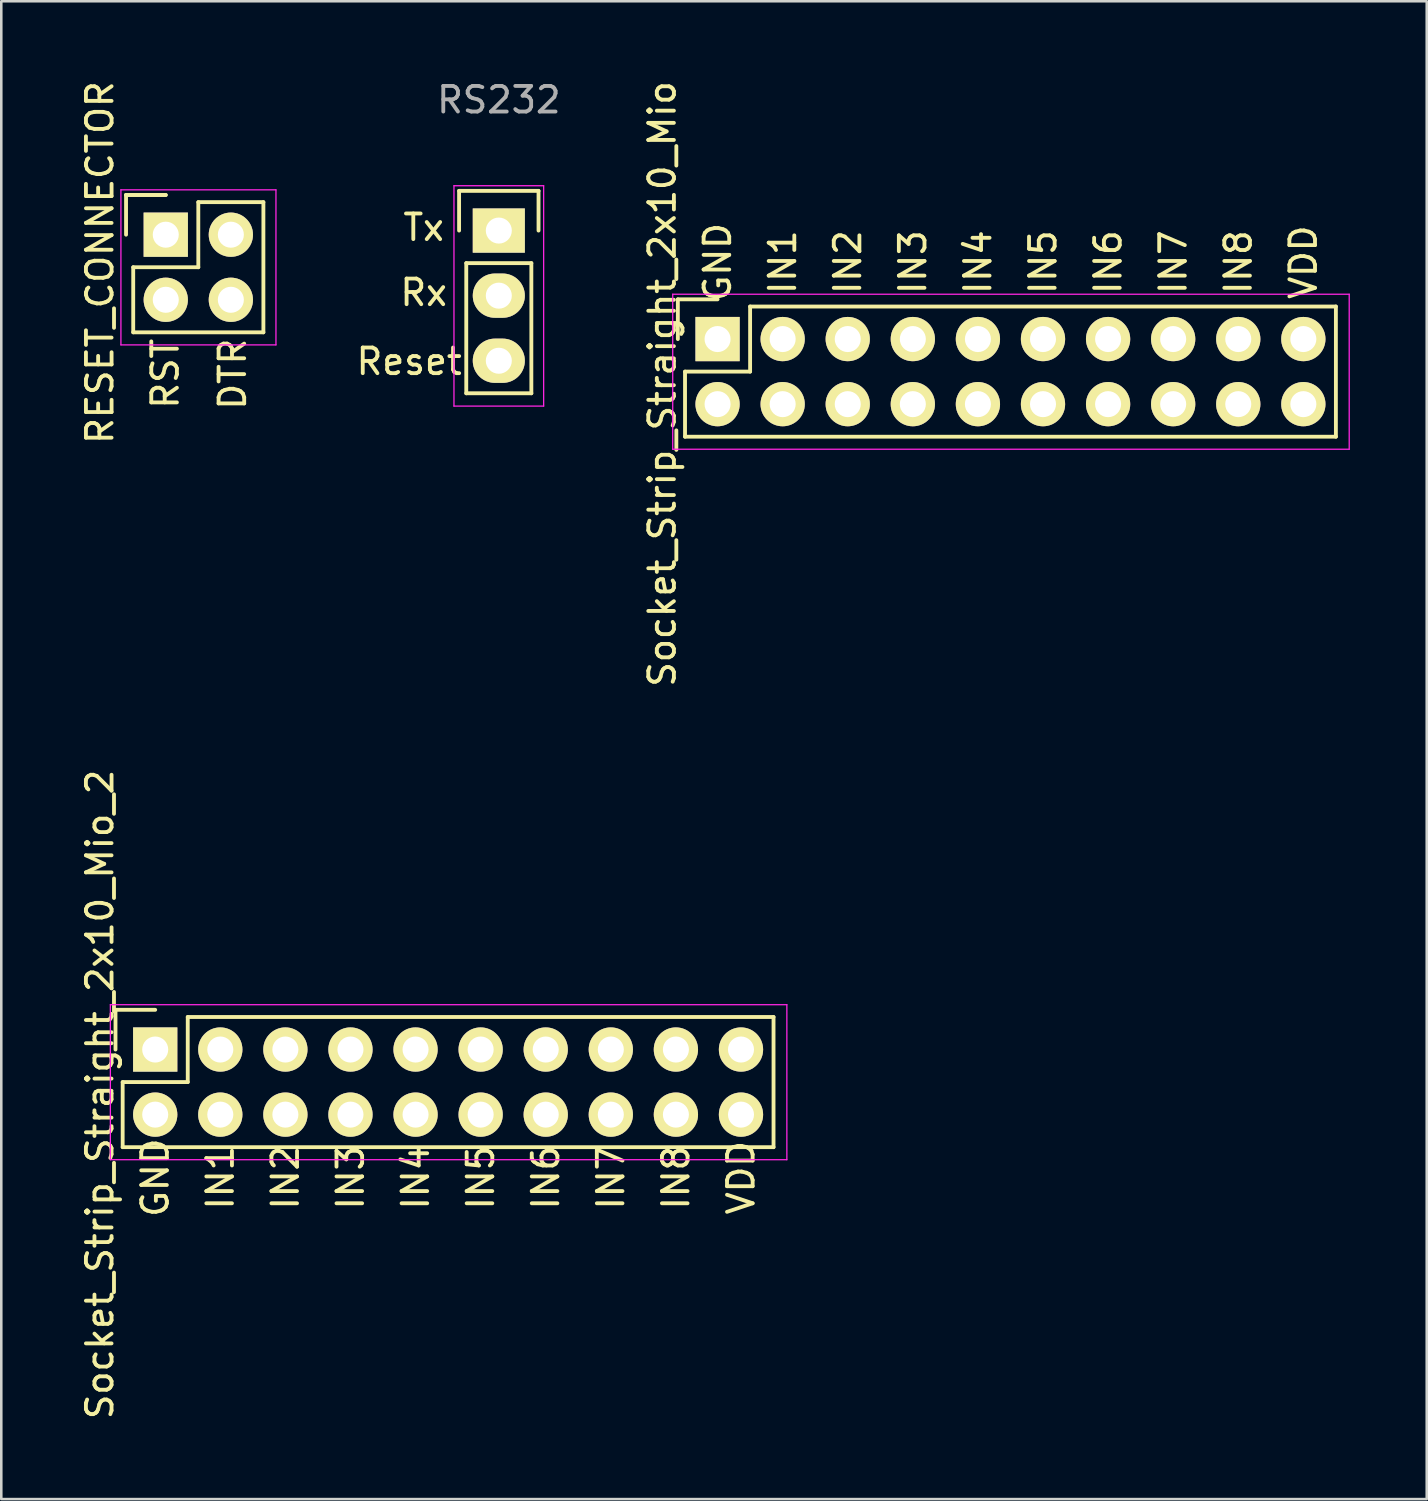
<source format=kicad_pcb>
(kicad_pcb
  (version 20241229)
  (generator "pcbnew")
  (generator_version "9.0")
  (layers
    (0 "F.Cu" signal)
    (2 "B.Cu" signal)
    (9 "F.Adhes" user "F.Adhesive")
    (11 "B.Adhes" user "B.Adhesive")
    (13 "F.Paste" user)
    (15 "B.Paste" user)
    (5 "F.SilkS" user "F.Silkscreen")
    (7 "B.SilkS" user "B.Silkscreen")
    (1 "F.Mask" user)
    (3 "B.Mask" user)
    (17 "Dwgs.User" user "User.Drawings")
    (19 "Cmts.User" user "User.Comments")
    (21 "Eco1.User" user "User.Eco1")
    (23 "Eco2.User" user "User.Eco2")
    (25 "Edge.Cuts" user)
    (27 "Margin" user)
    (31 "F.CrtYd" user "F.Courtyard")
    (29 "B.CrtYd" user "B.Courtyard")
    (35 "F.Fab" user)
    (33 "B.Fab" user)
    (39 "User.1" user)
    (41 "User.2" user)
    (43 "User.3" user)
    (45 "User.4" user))
  (footprint "Socket_Strip_Straight_2x10_Mio_2"
    (layer "F.Cu")
    (at 3.007 37.908)
    (property "Reference" "Socket_Strip_Straight_2x10_Mio_2" (at -2.159 1.753 90) (layer "F.SilkS") (effects (font (size 1 1) (thickness 0.15))))
    (attr through_hole)
    (fp_line (start -1.55 -1.55) (end -1.55 0) (stroke (width 0.15) (type solid)) (layer "F.SilkS"))
    (fp_line (start -1.27 1.27) (end 1.27 1.27) (stroke (width 0.15) (type solid)) (layer "F.SilkS"))
    (fp_line (start -1.27 3.81) (end -1.27 1.27) (stroke (width 0.15) (type solid)) (layer "F.SilkS"))
    (fp_line (start 0 -1.55) (end -1.55 -1.55) (stroke (width 0.15) (type solid)) (layer "F.SilkS"))
    (fp_line (start 1.27 -1.27) (end 24.13 -1.27) (stroke (width 0.15) (type solid)) (layer "F.SilkS"))
    (fp_line (start 1.27 1.27) (end 1.27 -1.27) (stroke (width 0.15) (type solid)) (layer "F.SilkS"))
    (fp_line (start 24.13 3.81) (end -1.27 3.81) (stroke (width 0.15) (type solid)) (layer "F.SilkS"))
    (fp_line (start 24.13 3.81) (end 24.13 -1.27) (stroke (width 0.15) (type solid)) (layer "F.SilkS"))
    (fp_line (start -1.75 -1.75) (end -1.75 4.3) (stroke (width 0.05) (type solid)) (layer "F.CrtYd"))
    (fp_line (start -1.75 -1.75) (end 24.65 -1.75) (stroke (width 0.05) (type solid)) (layer "F.CrtYd"))
    (fp_line (start -1.75 4.3) (end 24.65 4.3) (stroke (width 0.05) (type solid)) (layer "F.CrtYd"))
    (fp_line (start 24.65 -1.75) (end 24.65 4.3) (stroke (width 0.05) (type solid)) (layer "F.CrtYd"))
    (fp_text user "IN6" (at 15.24 5 90) (layer "F.SilkS") (effects (font (size 1 1) (thickness 0.15))))
    (fp_text user "IN5" (at 12.7 5 90) (layer "F.SilkS") (effects (font (size 1 1) (thickness 0.15))))
    (fp_text user "IN3" (at 7.62 5 90) (layer "F.SilkS") (effects (font (size 1 1) (thickness 0.15))))
    (fp_text user "IN7" (at 17.78 5 90) (layer "F.SilkS") (effects (font (size 1 1) (thickness 0.15))))
    (fp_text user "GND" (at 0 5 90) (layer "F.SilkS") (effects (font (size 1 1) (thickness 0.15))))
    (fp_text user "IN4" (at 10.16 5 90) (layer "F.SilkS") (effects (font (size 1 1) (thickness 0.15))))
    (fp_text user "IN2" (at 5.08 5 90) (layer "F.SilkS") (effects (font (size 1 1) (thickness 0.15))))
    (fp_text user "IN8" (at 20.32 5 90) (layer "F.SilkS") (effects (font (size 1 1) (thickness 0.15))))
    (fp_text user "VDD" (at 22.86 5 90) (layer "F.SilkS") (effects (font (size 1 1) (thickness 0.15))))
    (fp_text user "IN1" (at 2.54 5 90) (layer "F.SilkS") (effects (font (size 1 1) (thickness 0.15))))
    (pad "1" thru_hole rect (at 0 0) (size 1.727 1.727) (drill 1.016) (layers "*.Cu" "*.Mask" "F.SilkS"))
    (pad "1" thru_hole oval (at 0 2.54) (size 1.727 1.727) (drill 1.016) (layers "*.Cu" "*.Mask" "F.SilkS"))
    (pad "2" thru_hole oval (at 2.54 0) (size 1.727 1.727) (drill 1.016) (layers "*.Cu" "*.Mask" "F.SilkS"))
    (pad "2" thru_hole oval (at 2.54 2.54) (size 1.727 1.727) (drill 1.016) (layers "*.Cu" "*.Mask" "F.SilkS"))
    (pad "3" thru_hole oval (at 5.08 0) (size 1.727 1.727) (drill 1.016) (layers "*.Cu" "*.Mask" "F.SilkS"))
    (pad "3" thru_hole oval (at 5.08 2.54) (size 1.727 1.727) (drill 1.016) (layers "*.Cu" "*.Mask" "F.SilkS"))
    (pad "4" thru_hole oval (at 7.62 0) (size 1.727 1.727) (drill 1.016) (layers "*.Cu" "*.Mask" "F.SilkS"))
    (pad "4" thru_hole oval (at 7.62 2.54) (size 1.727 1.727) (drill 1.016) (layers "*.Cu" "*.Mask" "F.SilkS"))
    (pad "5" thru_hole oval (at 10.16 0) (size 1.727 1.727) (drill 1.016) (layers "*.Cu" "*.Mask" "F.SilkS"))
    (pad "5" thru_hole oval (at 10.16 2.54) (size 1.727 1.727) (drill 1.016) (layers "*.Cu" "*.Mask" "F.SilkS"))
    (pad "6" thru_hole oval (at 12.7 0) (size 1.727 1.727) (drill 1.016) (layers "*.Cu" "*.Mask" "F.SilkS"))
    (pad "6" thru_hole oval (at 12.7 2.54) (size 1.727 1.727) (drill 1.016) (layers "*.Cu" "*.Mask" "F.SilkS"))
    (pad "7" thru_hole oval (at 15.24 0) (size 1.727 1.727) (drill 1.016) (layers "*.Cu" "*.Mask" "F.SilkS"))
    (pad "7" thru_hole oval (at 15.24 2.54) (size 1.727 1.727) (drill 1.016) (layers "*.Cu" "*.Mask" "F.SilkS"))
    (pad "8" thru_hole oval (at 17.78 0) (size 1.727 1.727) (drill 1.016) (layers "*.Cu" "*.Mask" "F.SilkS"))
    (pad "8" thru_hole oval (at 17.78 2.54) (size 1.727 1.727) (drill 1.016) (layers "*.Cu" "*.Mask" "F.SilkS"))
    (pad "9" thru_hole oval (at 20.32 0) (size 1.727 1.727) (drill 1.016) (layers "*.Cu" "*.Mask" "F.SilkS"))
    (pad "9" thru_hole oval (at 20.32 2.54) (size 1.727 1.727) (drill 1.016) (layers "*.Cu" "*.Mask" "F.SilkS"))
    (pad "10" thru_hole oval (at 22.86 0) (size 1.727 1.727) (drill 1.016) (layers "*.Cu" "*.Mask" "F.SilkS"))
    (pad "10" thru_hole oval (at 22.86 2.54) (size 1.727 1.727) (drill 1.016) (layers "*.Cu" "*.Mask" "F.SilkS")))
  (footprint "RESET_CONNECTOR"
    (layer "F.Cu")
    (at 3.419 6.109)
    (property "Reference" "RESET_CONNECTOR" (at -2.57 1.087 90) (layer "F.SilkS") (effects (font (size 1 1) (thickness 0.15))))
    (attr through_hole)
    (fp_line (start -1.55 -1.55) (end -1.55 0) (stroke (width 0.15) (type solid)) (layer "F.SilkS"))
    (fp_line (start -1.27 1.27) (end -1.27 3.81) (stroke (width 0.15) (type solid)) (layer "F.SilkS"))
    (fp_line (start -1.27 3.81) (end 3.81 3.81) (stroke (width 0.15) (type solid)) (layer "F.SilkS"))
    (fp_line (start 0 -1.55) (end -1.55 -1.55) (stroke (width 0.15) (type solid)) (layer "F.SilkS"))
    (fp_line (start 0 -1.55) (end -1.55 -1.55) (stroke (width 0.15) (type solid)) (layer "F.SilkS"))
    (fp_line (start 1.27 -1.27) (end 1.27 1.27) (stroke (width 0.15) (type solid)) (layer "F.SilkS"))
    (fp_line (start 1.27 1.27) (end -1.27 1.27) (stroke (width 0.15) (type solid)) (layer "F.SilkS"))
    (fp_line (start 3.81 -1.27) (end 1.27 -1.27) (stroke (width 0.15) (type solid)) (layer "F.SilkS"))
    (fp_line (start 3.81 3.81) (end 3.81 -1.27) (stroke (width 0.15) (type solid)) (layer "F.SilkS"))
    (fp_line (start -1.75 -1.75) (end -1.75 4.3) (stroke (width 0.05) (type solid)) (layer "F.CrtYd"))
    (fp_line (start -1.75 -1.75) (end 4.3 -1.75) (stroke (width 0.05) (type solid)) (layer "F.CrtYd"))
    (fp_line (start -1.75 4.3) (end 4.3 4.3) (stroke (width 0.05) (type solid)) (layer "F.CrtYd"))
    (fp_line (start 4.3 -1.75) (end 4.3 4.3) (stroke (width 0.05) (type solid)) (layer "F.CrtYd"))
    (fp_text user "RST" (at -0.02 5.425 90) (layer "F.SilkS") (effects (font (size 1 1) (thickness 0.15))))
    (fp_text user "DTR" (at 2.606 5.441 90) (layer "F.SilkS") (effects (font (size 1 1) (thickness 0.15))))
    (pad "1" thru_hole rect (at 0 0) (size 1.727 1.727) (drill 1.016) (layers "*.Cu" "*.Mask" "F.SilkS"))
    (pad "1" thru_hole oval (at 0 2.54) (size 1.727 1.727) (drill 1.016) (layers "*.Cu" "*.Mask" "F.SilkS"))
    (pad "2" thru_hole oval (at 2.54 0) (size 1.727 1.727) (drill 1.016) (layers "*.Cu" "*.Mask" "F.SilkS"))
    (pad "2" thru_hole oval (at 2.54 2.54) (size 1.727 1.727) (drill 1.016) (layers "*.Cu" "*.Mask" "F.SilkS")))
  (footprint "RS232"
    (layer "F.Cu")
    (at 16.416 5.948)
    (property "Reference" "RS232" (at 0 -5.1 0) (layer "F.Fab") (effects (font (size 1 1) (thickness 0.15))))
    (attr through_hole)
    (fp_line (start -1.55 -1.55) (end 1.55 -1.55) (stroke (width 0.15) (type solid)) (layer "F.SilkS"))
    (fp_line (start -1.55 0) (end -1.55 -1.55) (stroke (width 0.15) (type solid)) (layer "F.SilkS"))
    (fp_line (start -1.27 1.27) (end -1.27 6.35) (stroke (width 0.15) (type solid)) (layer "F.SilkS"))
    (fp_line (start -1.27 6.35) (end 1.27 6.35) (stroke (width 0.15) (type solid)) (layer "F.SilkS"))
    (fp_line (start 1.27 1.27) (end -1.27 1.27) (stroke (width 0.15) (type solid)) (layer "F.SilkS"))
    (fp_line (start 1.27 6.35) (end 1.27 1.27) (stroke (width 0.15) (type solid)) (layer "F.SilkS"))
    (fp_line (start 1.55 -1.55) (end 1.55 0) (stroke (width 0.15) (type solid)) (layer "F.SilkS"))
    (fp_line (start -1.75 -1.75) (end -1.75 6.85) (stroke (width 0.05) (type solid)) (layer "F.CrtYd"))
    (fp_line (start -1.75 -1.75) (end 1.75 -1.75) (stroke (width 0.05) (type solid)) (layer "F.CrtYd"))
    (fp_line (start -1.75 6.85) (end 1.75 6.85) (stroke (width 0.05) (type solid)) (layer "F.CrtYd"))
    (fp_line (start 1.75 -1.75) (end 1.75 6.85) (stroke (width 0.05) (type solid)) (layer "F.CrtYd"))
    (fp_text user "Rx" (at -2.932 2.418 0) (layer "F.SilkS") (effects (font (size 1 1) (thickness 0.15))))
    (fp_text user "Reset" (at -3.5 5.11 0) (layer "F.SilkS") (effects (font (size 1 1) (thickness 0.15))))
    (fp_text user "Tx" (at -2.932 -0.122 0) (layer "F.SilkS") (effects (font (size 1 1) (thickness 0.15))))
    (pad "1" thru_hole rect (at 0 0) (size 2.032 1.727) (drill 1.016) (layers "*.Cu" "*.Mask" "F.SilkS"))
    (pad "2" thru_hole oval (at 0 2.54) (size 2.032 1.727) (drill 1.016) (layers "*.Cu" "*.Mask" "F.SilkS"))
    (pad "3" thru_hole oval (at 0 5.08) (size 2.032 1.727) (drill 1.016) (layers "*.Cu" "*.Mask" "F.SilkS")))
  (footprint "Socket_Strip_Straight_2x10_Mio"
    (layer "F.Cu")
    (at 24.953 10.182)
    (property "Reference" "Socket_Strip_Straight_2x10_Mio" (at -2.159 1.753 90) (layer "F.SilkS") (effects (font (size 1 1) (thickness 0.15))))
    (attr through_hole)
    (fp_line (start -1.55 -1.55) (end -1.55 0) (stroke (width 0.15) (type solid)) (layer "F.SilkS"))
    (fp_line (start -1.27 1.27) (end 1.27 1.27) (stroke (width 0.15) (type solid)) (layer "F.SilkS"))
    (fp_line (start -1.27 3.81) (end -1.27 1.27) (stroke (width 0.15) (type solid)) (layer "F.SilkS"))
    (fp_line (start 0 -1.55) (end -1.55 -1.55) (stroke (width 0.15) (type solid)) (layer "F.SilkS"))
    (fp_line (start 1.27 -1.27) (end 24.13 -1.27) (stroke (width 0.15) (type solid)) (layer "F.SilkS"))
    (fp_line (start 1.27 1.27) (end 1.27 -1.27) (stroke (width 0.15) (type solid)) (layer "F.SilkS"))
    (fp_line (start 24.13 3.81) (end -1.27 3.81) (stroke (width 0.15) (type solid)) (layer "F.SilkS"))
    (fp_line (start 24.13 3.81) (end 24.13 -1.27) (stroke (width 0.15) (type solid)) (layer "F.SilkS"))
    (fp_line (start -1.75 -1.75) (end -1.75 4.3) (stroke (width 0.05) (type solid)) (layer "F.CrtYd"))
    (fp_line (start -1.75 -1.75) (end 24.65 -1.75) (stroke (width 0.05) (type solid)) (layer "F.CrtYd"))
    (fp_line (start -1.75 4.3) (end 24.65 4.3) (stroke (width 0.05) (type solid)) (layer "F.CrtYd"))
    (fp_line (start 24.65 -1.75) (end 24.65 4.3) (stroke (width 0.05) (type solid)) (layer "F.CrtYd"))
    (fp_text user "GND" (at 0 -3 90) (layer "F.SilkS") (effects (font (size 1 1) (thickness 0.15))))
    (fp_text user "IN6" (at 15.24 -3 90) (layer "F.SilkS") (effects (font (size 1 1) (thickness 0.15))))
    (fp_text user "IN1" (at 2.54 -3 90) (layer "F.SilkS") (effects (font (size 1 1) (thickness 0.15))))
    (fp_text user "IN8" (at 20.32 -3 90) (layer "F.SilkS") (effects (font (size 1 1) (thickness 0.15))))
    (fp_text user "IN3" (at 7.62 -3 90) (layer "F.SilkS") (effects (font (size 1 1) (thickness 0.15))))
    (fp_text user "VDD" (at 22.86 -3 90) (layer "F.SilkS") (effects (font (size 1 1) (thickness 0.15))))
    (fp_text user "IN4" (at 10.16 -3 90) (layer "F.SilkS") (effects (font (size 1 1) (thickness 0.15))))
    (fp_text user "IN7" (at 17.78 -3 90) (layer "F.SilkS") (effects (font (size 1 1) (thickness 0.15))))
    (fp_text user "IN2" (at 5.08 -3 90) (layer "F.SilkS") (effects (font (size 1 1) (thickness 0.15))))
    (fp_text user "IN5" (at 12.7 -3 90) (layer "F.SilkS") (effects (font (size 1 1) (thickness 0.15))))
    (pad "1" thru_hole rect (at 0 0) (size 1.727 1.727) (drill 1.016) (layers "*.Cu" "*.Mask" "F.SilkS"))
    (pad "1" thru_hole oval (at 0 2.54) (size 1.727 1.727) (drill 1.016) (layers "*.Cu" "*.Mask" "F.SilkS"))
    (pad "2" thru_hole oval (at 2.54 0) (size 1.727 1.727) (drill 1.016) (layers "*.Cu" "*.Mask" "F.SilkS"))
    (pad "2" thru_hole oval (at 2.54 2.54) (size 1.727 1.727) (drill 1.016) (layers "*.Cu" "*.Mask" "F.SilkS"))
    (pad "3" thru_hole oval (at 5.08 0) (size 1.727 1.727) (drill 1.016) (layers "*.Cu" "*.Mask" "F.SilkS"))
    (pad "3" thru_hole oval (at 5.08 2.54) (size 1.727 1.727) (drill 1.016) (layers "*.Cu" "*.Mask" "F.SilkS"))
    (pad "4" thru_hole oval (at 7.62 0) (size 1.727 1.727) (drill 1.016) (layers "*.Cu" "*.Mask" "F.SilkS"))
    (pad "4" thru_hole oval (at 7.62 2.54) (size 1.727 1.727) (drill 1.016) (layers "*.Cu" "*.Mask" "F.SilkS"))
    (pad "5" thru_hole oval (at 10.16 0) (size 1.727 1.727) (drill 1.016) (layers "*.Cu" "*.Mask" "F.SilkS"))
    (pad "5" thru_hole oval (at 10.16 2.54) (size 1.727 1.727) (drill 1.016) (layers "*.Cu" "*.Mask" "F.SilkS"))
    (pad "6" thru_hole oval (at 12.7 0) (size 1.727 1.727) (drill 1.016) (layers "*.Cu" "*.Mask" "F.SilkS"))
    (pad "6" thru_hole oval (at 12.7 2.54) (size 1.727 1.727) (drill 1.016) (layers "*.Cu" "*.Mask" "F.SilkS"))
    (pad "7" thru_hole oval (at 15.24 0) (size 1.727 1.727) (drill 1.016) (layers "*.Cu" "*.Mask" "F.SilkS"))
    (pad "7" thru_hole oval (at 15.24 2.54) (size 1.727 1.727) (drill 1.016) (layers "*.Cu" "*.Mask" "F.SilkS"))
    (pad "8" thru_hole oval (at 17.78 0) (size 1.727 1.727) (drill 1.016) (layers "*.Cu" "*.Mask" "F.SilkS"))
    (pad "8" thru_hole oval (at 17.78 2.54) (size 1.727 1.727) (drill 1.016) (layers "*.Cu" "*.Mask" "F.SilkS"))
    (pad "9" thru_hole oval (at 20.32 0) (size 1.727 1.727) (drill 1.016) (layers "*.Cu" "*.Mask" "F.SilkS"))
    (pad "9" thru_hole oval (at 20.32 2.54) (size 1.727 1.727) (drill 1.016) (layers "*.Cu" "*.Mask" "F.SilkS"))
    (pad "10" thru_hole oval (at 22.86 0) (size 1.727 1.727) (drill 1.016) (layers "*.Cu" "*.Mask" "F.SilkS"))
    (pad "10" thru_hole oval (at 22.86 2.54) (size 1.727 1.727) (drill 1.016) (layers "*.Cu" "*.Mask" "F.SilkS")))
  (gr_rect
    (start -3 -3)
    (end 52.628 55.452)
    (stroke (width 0.1) (type default))
    (fill no)
    (layer "Edge.Cuts")))
</source>
